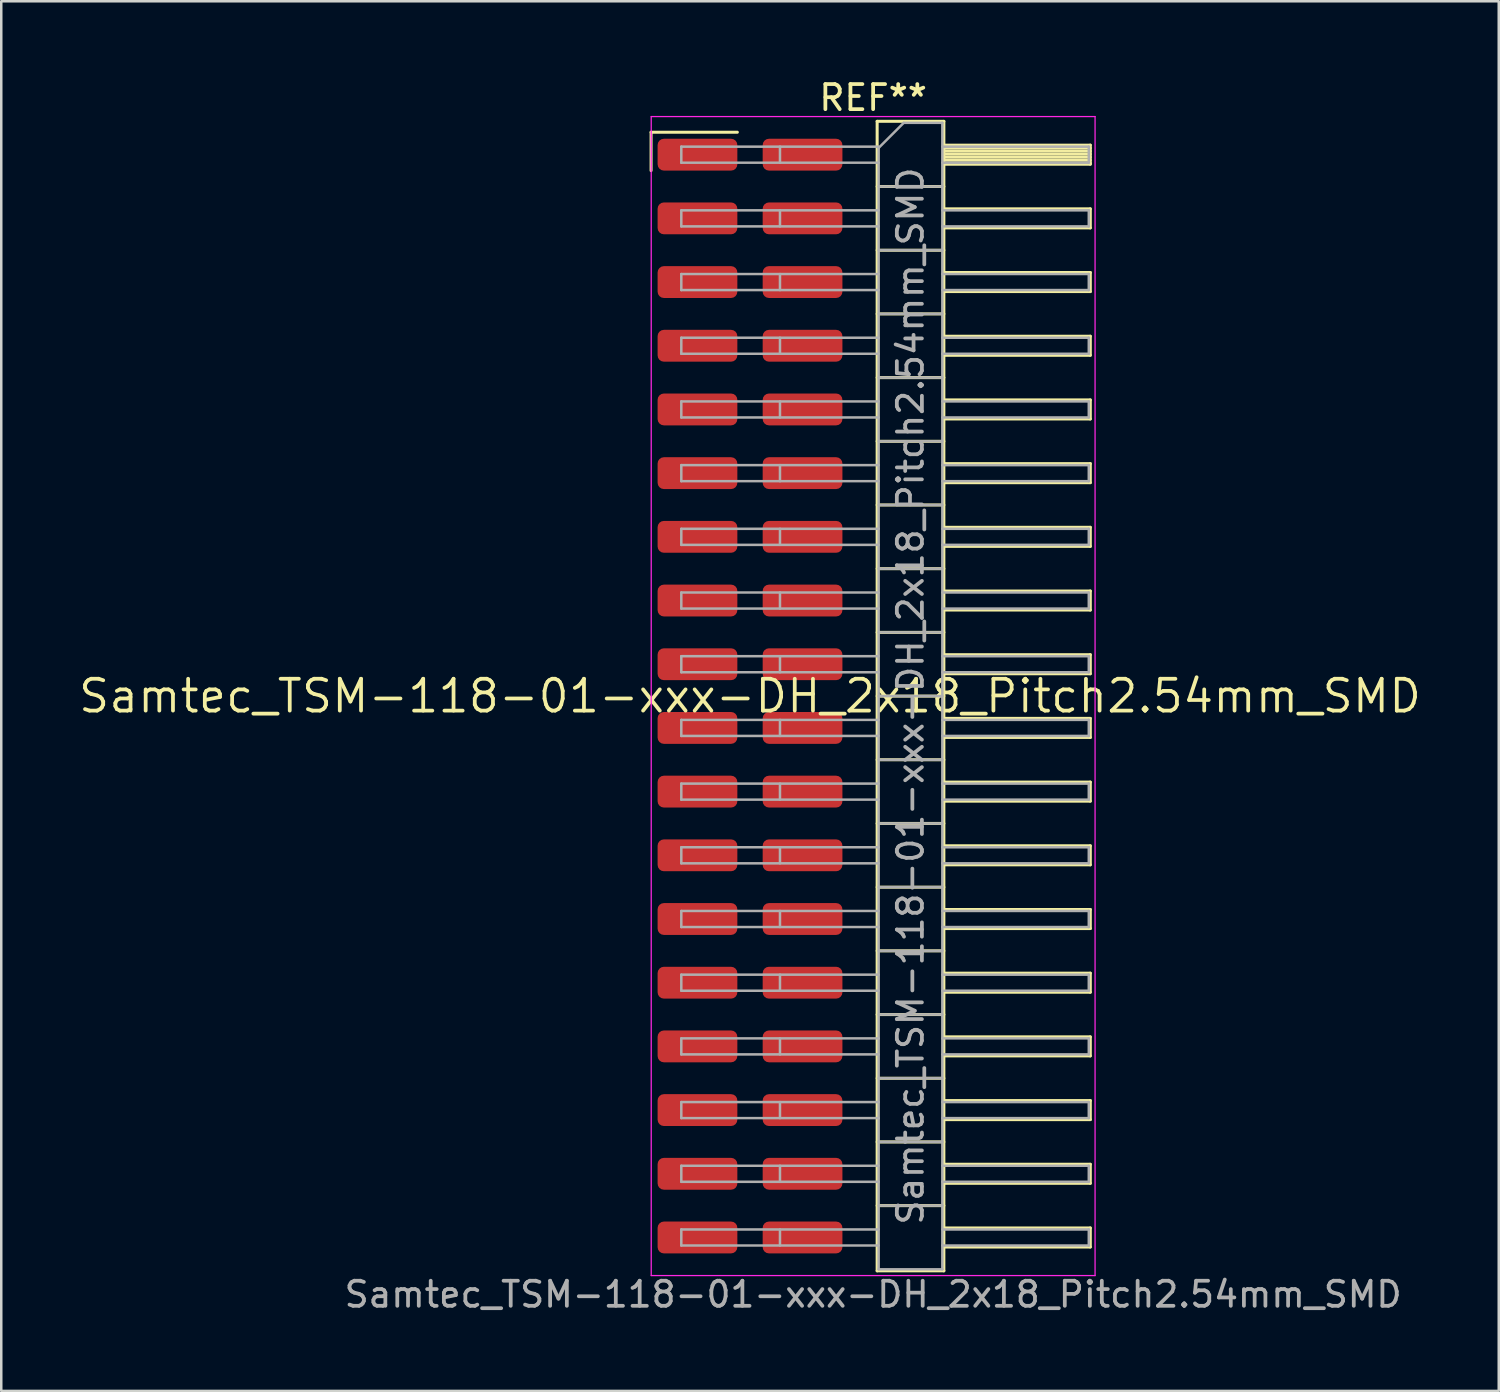
<source format=kicad_pcb>
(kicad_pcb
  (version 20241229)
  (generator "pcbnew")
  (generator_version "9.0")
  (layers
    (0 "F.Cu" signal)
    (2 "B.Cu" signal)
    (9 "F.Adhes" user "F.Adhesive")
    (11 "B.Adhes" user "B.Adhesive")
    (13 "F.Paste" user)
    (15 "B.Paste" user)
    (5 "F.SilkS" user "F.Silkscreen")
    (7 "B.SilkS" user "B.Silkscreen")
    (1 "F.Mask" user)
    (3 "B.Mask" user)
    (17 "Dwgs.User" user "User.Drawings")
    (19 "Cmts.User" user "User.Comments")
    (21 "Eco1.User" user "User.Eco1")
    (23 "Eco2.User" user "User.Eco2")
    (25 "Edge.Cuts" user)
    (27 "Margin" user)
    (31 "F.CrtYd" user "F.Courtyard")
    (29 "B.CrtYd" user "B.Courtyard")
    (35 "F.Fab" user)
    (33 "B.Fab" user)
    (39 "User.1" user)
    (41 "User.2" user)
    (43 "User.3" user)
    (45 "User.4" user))
  (footprint "Samtec_TSM-118-01-xxx-DH_2x18_Pitch2.54mm_SMD"
    (layer "F.Cu")
    (at 26.859 24.708)
    (property "Reference" "Samtec_TSM-118-01-xxx-DH_2x18_Pitch2.54mm_SMD" (at 0 0 0) (layer "F.SilkS") (effects (font (size 1.27 1.27) (thickness 0.15))))
    (attr smd)
    (fp_line (start -3.945 -22.485) (end -0.505 -22.485) (stroke (width 0.12) (type solid)) (layer "F.SilkS"))
    (fp_line (start -3.945 -20.955) (end -3.945 -22.485) (stroke (width 0.12) (type solid)) (layer "F.SilkS"))
    (fp_line (start 5.07 -22.92) (end 7.73 -22.92) (stroke (width 0.12) (type solid)) (layer "F.SilkS"))
    (fp_line (start 5.07 -20.32) (end 7.73 -20.32) (stroke (width 0.12) (type solid)) (layer "F.SilkS"))
    (fp_line (start 5.07 -17.78) (end 7.73 -17.78) (stroke (width 0.12) (type solid)) (layer "F.SilkS"))
    (fp_line (start 5.07 -15.24) (end 7.73 -15.24) (stroke (width 0.12) (type solid)) (layer "F.SilkS"))
    (fp_line (start 5.07 -12.7) (end 7.73 -12.7) (stroke (width 0.12) (type solid)) (layer "F.SilkS"))
    (fp_line (start 5.07 -10.16) (end 7.73 -10.16) (stroke (width 0.12) (type solid)) (layer "F.SilkS"))
    (fp_line (start 5.07 -7.62) (end 7.73 -7.62) (stroke (width 0.12) (type solid)) (layer "F.SilkS"))
    (fp_line (start 5.07 -5.08) (end 7.73 -5.08) (stroke (width 0.12) (type solid)) (layer "F.SilkS"))
    (fp_line (start 5.07 -2.54) (end 7.73 -2.54) (stroke (width 0.12) (type solid)) (layer "F.SilkS"))
    (fp_line (start 5.07 0) (end 7.73 0) (stroke (width 0.12) (type solid)) (layer "F.SilkS"))
    (fp_line (start 5.07 2.54) (end 7.73 2.54) (stroke (width 0.12) (type solid)) (layer "F.SilkS"))
    (fp_line (start 5.07 5.08) (end 7.73 5.08) (stroke (width 0.12) (type solid)) (layer "F.SilkS"))
    (fp_line (start 5.07 7.62) (end 7.73 7.62) (stroke (width 0.12) (type solid)) (layer "F.SilkS"))
    (fp_line (start 5.07 10.16) (end 7.73 10.16) (stroke (width 0.12) (type solid)) (layer "F.SilkS"))
    (fp_line (start 5.07 12.7) (end 7.73 12.7) (stroke (width 0.12) (type solid)) (layer "F.SilkS"))
    (fp_line (start 5.07 15.24) (end 7.73 15.24) (stroke (width 0.12) (type solid)) (layer "F.SilkS"))
    (fp_line (start 5.07 17.78) (end 7.73 17.78) (stroke (width 0.12) (type solid)) (layer "F.SilkS"))
    (fp_line (start 5.07 20.32) (end 7.73 20.32) (stroke (width 0.12) (type solid)) (layer "F.SilkS"))
    (fp_line (start 5.07 22.92) (end 5.07 -22.92) (stroke (width 0.12) (type solid)) (layer "F.SilkS"))
    (fp_line (start 7.73 -22.92) (end 7.73 22.92) (stroke (width 0.12) (type solid)) (layer "F.SilkS"))
    (fp_line (start 7.73 -21.97) (end 13.57 -21.97) (stroke (width 0.12) (type solid)) (layer "F.SilkS"))
    (fp_line (start 7.73 -21.85) (end 13.57 -21.85) (stroke (width 0.12) (type solid)) (layer "F.SilkS"))
    (fp_line (start 7.73 -21.73) (end 13.57 -21.73) (stroke (width 0.12) (type solid)) (layer "F.SilkS"))
    (fp_line (start 7.73 -21.61) (end 13.57 -21.61) (stroke (width 0.12) (type solid)) (layer "F.SilkS"))
    (fp_line (start 7.73 -21.49) (end 13.57 -21.49) (stroke (width 0.12) (type solid)) (layer "F.SilkS"))
    (fp_line (start 7.73 -21.37) (end 13.57 -21.37) (stroke (width 0.12) (type solid)) (layer "F.SilkS"))
    (fp_line (start 7.73 -21.25) (end 13.57 -21.25) (stroke (width 0.12) (type solid)) (layer "F.SilkS"))
    (fp_line (start 7.73 -21.21) (end 13.57 -21.21) (stroke (width 0.12) (type solid)) (layer "F.SilkS"))
    (fp_line (start 7.73 -19.43) (end 13.57 -19.43) (stroke (width 0.12) (type solid)) (layer "F.SilkS"))
    (fp_line (start 7.73 -18.67) (end 13.57 -18.67) (stroke (width 0.12) (type solid)) (layer "F.SilkS"))
    (fp_line (start 7.73 -16.89) (end 13.57 -16.89) (stroke (width 0.12) (type solid)) (layer "F.SilkS"))
    (fp_line (start 7.73 -16.13) (end 13.57 -16.13) (stroke (width 0.12) (type solid)) (layer "F.SilkS"))
    (fp_line (start 7.73 -14.35) (end 13.57 -14.35) (stroke (width 0.12) (type solid)) (layer "F.SilkS"))
    (fp_line (start 7.73 -13.59) (end 13.57 -13.59) (stroke (width 0.12) (type solid)) (layer "F.SilkS"))
    (fp_line (start 7.73 -11.81) (end 13.57 -11.81) (stroke (width 0.12) (type solid)) (layer "F.SilkS"))
    (fp_line (start 7.73 -11.05) (end 13.57 -11.05) (stroke (width 0.12) (type solid)) (layer "F.SilkS"))
    (fp_line (start 7.73 -9.27) (end 13.57 -9.27) (stroke (width 0.12) (type solid)) (layer "F.SilkS"))
    (fp_line (start 7.73 -8.51) (end 13.57 -8.51) (stroke (width 0.12) (type solid)) (layer "F.SilkS"))
    (fp_line (start 7.73 -6.73) (end 13.57 -6.73) (stroke (width 0.12) (type solid)) (layer "F.SilkS"))
    (fp_line (start 7.73 -5.97) (end 13.57 -5.97) (stroke (width 0.12) (type solid)) (layer "F.SilkS"))
    (fp_line (start 7.73 -4.19) (end 13.57 -4.19) (stroke (width 0.12) (type solid)) (layer "F.SilkS"))
    (fp_line (start 7.73 -3.43) (end 13.57 -3.43) (stroke (width 0.12) (type solid)) (layer "F.SilkS"))
    (fp_line (start 7.73 -1.65) (end 13.57 -1.65) (stroke (width 0.12) (type solid)) (layer "F.SilkS"))
    (fp_line (start 7.73 -0.89) (end 13.57 -0.89) (stroke (width 0.12) (type solid)) (layer "F.SilkS"))
    (fp_line (start 7.73 0.89) (end 13.57 0.89) (stroke (width 0.12) (type solid)) (layer "F.SilkS"))
    (fp_line (start 7.73 1.65) (end 13.57 1.65) (stroke (width 0.12) (type solid)) (layer "F.SilkS"))
    (fp_line (start 7.73 3.43) (end 13.57 3.43) (stroke (width 0.12) (type solid)) (layer "F.SilkS"))
    (fp_line (start 7.73 4.19) (end 13.57 4.19) (stroke (width 0.12) (type solid)) (layer "F.SilkS"))
    (fp_line (start 7.73 5.97) (end 13.57 5.97) (stroke (width 0.12) (type solid)) (layer "F.SilkS"))
    (fp_line (start 7.73 6.73) (end 13.57 6.73) (stroke (width 0.12) (type solid)) (layer "F.SilkS"))
    (fp_line (start 7.73 8.51) (end 13.57 8.51) (stroke (width 0.12) (type solid)) (layer "F.SilkS"))
    (fp_line (start 7.73 9.27) (end 13.57 9.27) (stroke (width 0.12) (type solid)) (layer "F.SilkS"))
    (fp_line (start 7.73 11.05) (end 13.57 11.05) (stroke (width 0.12) (type solid)) (layer "F.SilkS"))
    (fp_line (start 7.73 11.81) (end 13.57 11.81) (stroke (width 0.12) (type solid)) (layer "F.SilkS"))
    (fp_line (start 7.73 13.59) (end 13.57 13.59) (stroke (width 0.12) (type solid)) (layer "F.SilkS"))
    (fp_line (start 7.73 14.35) (end 13.57 14.35) (stroke (width 0.12) (type solid)) (layer "F.SilkS"))
    (fp_line (start 7.73 16.13) (end 13.57 16.13) (stroke (width 0.12) (type solid)) (layer "F.SilkS"))
    (fp_line (start 7.73 16.89) (end 13.57 16.89) (stroke (width 0.12) (type solid)) (layer "F.SilkS"))
    (fp_line (start 7.73 18.67) (end 13.57 18.67) (stroke (width 0.12) (type solid)) (layer "F.SilkS"))
    (fp_line (start 7.73 19.43) (end 13.57 19.43) (stroke (width 0.12) (type solid)) (layer "F.SilkS"))
    (fp_line (start 7.73 21.21) (end 13.57 21.21) (stroke (width 0.12) (type solid)) (layer "F.SilkS"))
    (fp_line (start 7.73 21.97) (end 13.57 21.97) (stroke (width 0.12) (type solid)) (layer "F.SilkS"))
    (fp_line (start 7.73 22.92) (end 5.07 22.92) (stroke (width 0.12) (type solid)) (layer "F.SilkS"))
    (fp_line (start 13.57 -21.97) (end 13.57 -21.21) (stroke (width 0.12) (type solid)) (layer "F.SilkS"))
    (fp_line (start 13.57 -19.43) (end 13.57 -18.67) (stroke (width 0.12) (type solid)) (layer "F.SilkS"))
    (fp_line (start 13.57 -16.89) (end 13.57 -16.13) (stroke (width 0.12) (type solid)) (layer "F.SilkS"))
    (fp_line (start 13.57 -14.35) (end 13.57 -13.59) (stroke (width 0.12) (type solid)) (layer "F.SilkS"))
    (fp_line (start 13.57 -11.81) (end 13.57 -11.05) (stroke (width 0.12) (type solid)) (layer "F.SilkS"))
    (fp_line (start 13.57 -9.27) (end 13.57 -8.51) (stroke (width 0.12) (type solid)) (layer "F.SilkS"))
    (fp_line (start 13.57 -6.73) (end 13.57 -5.97) (stroke (width 0.12) (type solid)) (layer "F.SilkS"))
    (fp_line (start 13.57 -4.19) (end 13.57 -3.43) (stroke (width 0.12) (type solid)) (layer "F.SilkS"))
    (fp_line (start 13.57 -1.65) (end 13.57 -0.89) (stroke (width 0.12) (type solid)) (layer "F.SilkS"))
    (fp_line (start 13.57 0.89) (end 13.57 1.65) (stroke (width 0.12) (type solid)) (layer "F.SilkS"))
    (fp_line (start 13.57 3.43) (end 13.57 4.19) (stroke (width 0.12) (type solid)) (layer "F.SilkS"))
    (fp_line (start 13.57 5.97) (end 13.57 6.73) (stroke (width 0.12) (type solid)) (layer "F.SilkS"))
    (fp_line (start 13.57 8.51) (end 13.57 9.27) (stroke (width 0.12) (type solid)) (layer "F.SilkS"))
    (fp_line (start 13.57 11.05) (end 13.57 11.81) (stroke (width 0.12) (type solid)) (layer "F.SilkS"))
    (fp_line (start 13.57 13.59) (end 13.57 14.35) (stroke (width 0.12) (type solid)) (layer "F.SilkS"))
    (fp_line (start 13.57 16.13) (end 13.57 16.89) (stroke (width 0.12) (type solid)) (layer "F.SilkS"))
    (fp_line (start 13.57 18.67) (end 13.57 19.43) (stroke (width 0.12) (type solid)) (layer "F.SilkS"))
    (fp_line (start 13.57 21.21) (end 13.57 21.97) (stroke (width 0.12) (type solid)) (layer "F.SilkS"))
    (fp_line (start -3.94 -23.11) (end 13.76 -23.11) (stroke (width 0.05) (type solid)) (layer "F.CrtYd"))
    (fp_line (start -3.94 23.11) (end -3.94 -23.11) (stroke (width 0.05) (type solid)) (layer "F.CrtYd"))
    (fp_line (start 13.76 -23.11) (end 13.76 23.11) (stroke (width 0.05) (type solid)) (layer "F.CrtYd"))
    (fp_line (start 13.76 23.11) (end -3.94 23.11) (stroke (width 0.05) (type solid)) (layer "F.CrtYd"))
    (fp_line (start -2.74 -21.91) (end -2.74 -21.27) (stroke (width 0.1) (type solid)) (layer "F.Fab"))
    (fp_line (start -2.74 -21.91) (end 5.13 -21.91) (stroke (width 0.1) (type solid)) (layer "F.Fab"))
    (fp_line (start -2.74 -21.27) (end 5.13 -21.27) (stroke (width 0.1) (type solid)) (layer "F.Fab"))
    (fp_line (start -2.74 -19.37) (end -2.74 -18.73) (stroke (width 0.1) (type solid)) (layer "F.Fab"))
    (fp_line (start -2.74 -19.37) (end 5.13 -19.37) (stroke (width 0.1) (type solid)) (layer "F.Fab"))
    (fp_line (start -2.74 -18.73) (end 5.13 -18.73) (stroke (width 0.1) (type solid)) (layer "F.Fab"))
    (fp_line (start -2.74 -16.83) (end -2.74 -16.19) (stroke (width 0.1) (type solid)) (layer "F.Fab"))
    (fp_line (start -2.74 -16.83) (end 5.13 -16.83) (stroke (width 0.1) (type solid)) (layer "F.Fab"))
    (fp_line (start -2.74 -16.19) (end 5.13 -16.19) (stroke (width 0.1) (type solid)) (layer "F.Fab"))
    (fp_line (start -2.74 -14.29) (end -2.74 -13.65) (stroke (width 0.1) (type solid)) (layer "F.Fab"))
    (fp_line (start -2.74 -14.29) (end 5.13 -14.29) (stroke (width 0.1) (type solid)) (layer "F.Fab"))
    (fp_line (start -2.74 -13.65) (end 5.13 -13.65) (stroke (width 0.1) (type solid)) (layer "F.Fab"))
    (fp_line (start -2.74 -11.75) (end -2.74 -11.11) (stroke (width 0.1) (type solid)) (layer "F.Fab"))
    (fp_line (start -2.74 -11.75) (end 5.13 -11.75) (stroke (width 0.1) (type solid)) (layer "F.Fab"))
    (fp_line (start -2.74 -11.11) (end 5.13 -11.11) (stroke (width 0.1) (type solid)) (layer "F.Fab"))
    (fp_line (start -2.74 -9.21) (end -2.74 -8.57) (stroke (width 0.1) (type solid)) (layer "F.Fab"))
    (fp_line (start -2.74 -9.21) (end 5.13 -9.21) (stroke (width 0.1) (type solid)) (layer "F.Fab"))
    (fp_line (start -2.74 -8.57) (end 5.13 -8.57) (stroke (width 0.1) (type solid)) (layer "F.Fab"))
    (fp_line (start -2.74 -6.67) (end -2.74 -6.03) (stroke (width 0.1) (type solid)) (layer "F.Fab"))
    (fp_line (start -2.74 -6.67) (end 5.13 -6.67) (stroke (width 0.1) (type solid)) (layer "F.Fab"))
    (fp_line (start -2.74 -6.03) (end 5.13 -6.03) (stroke (width 0.1) (type solid)) (layer "F.Fab"))
    (fp_line (start -2.74 -4.13) (end -2.74 -3.49) (stroke (width 0.1) (type solid)) (layer "F.Fab"))
    (fp_line (start -2.74 -4.13) (end 5.13 -4.13) (stroke (width 0.1) (type solid)) (layer "F.Fab"))
    (fp_line (start -2.74 -3.49) (end 5.13 -3.49) (stroke (width 0.1) (type solid)) (layer "F.Fab"))
    (fp_line (start -2.74 -1.59) (end -2.74 -0.95) (stroke (width 0.1) (type solid)) (layer "F.Fab"))
    (fp_line (start -2.74 -1.59) (end 5.13 -1.59) (stroke (width 0.1) (type solid)) (layer "F.Fab"))
    (fp_line (start -2.74 -0.95) (end 5.13 -0.95) (stroke (width 0.1) (type solid)) (layer "F.Fab"))
    (fp_line (start -2.74 0.95) (end -2.74 1.59) (stroke (width 0.1) (type solid)) (layer "F.Fab"))
    (fp_line (start -2.74 0.95) (end 5.13 0.95) (stroke (width 0.1) (type solid)) (layer "F.Fab"))
    (fp_line (start -2.74 1.59) (end 5.13 1.59) (stroke (width 0.1) (type solid)) (layer "F.Fab"))
    (fp_line (start -2.74 3.49) (end -2.74 4.13) (stroke (width 0.1) (type solid)) (layer "F.Fab"))
    (fp_line (start -2.74 3.49) (end 5.13 3.49) (stroke (width 0.1) (type solid)) (layer "F.Fab"))
    (fp_line (start -2.74 4.13) (end 5.13 4.13) (stroke (width 0.1) (type solid)) (layer "F.Fab"))
    (fp_line (start -2.74 6.03) (end -2.74 6.67) (stroke (width 0.1) (type solid)) (layer "F.Fab"))
    (fp_line (start -2.74 6.03) (end 5.13 6.03) (stroke (width 0.1) (type solid)) (layer "F.Fab"))
    (fp_line (start -2.74 6.67) (end 5.13 6.67) (stroke (width 0.1) (type solid)) (layer "F.Fab"))
    (fp_line (start -2.74 8.57) (end -2.74 9.21) (stroke (width 0.1) (type solid)) (layer "F.Fab"))
    (fp_line (start -2.74 8.57) (end 5.13 8.57) (stroke (width 0.1) (type solid)) (layer "F.Fab"))
    (fp_line (start -2.74 9.21) (end 5.13 9.21) (stroke (width 0.1) (type solid)) (layer "F.Fab"))
    (fp_line (start -2.74 11.11) (end -2.74 11.75) (stroke (width 0.1) (type solid)) (layer "F.Fab"))
    (fp_line (start -2.74 11.11) (end 5.13 11.11) (stroke (width 0.1) (type solid)) (layer "F.Fab"))
    (fp_line (start -2.74 11.75) (end 5.13 11.75) (stroke (width 0.1) (type solid)) (layer "F.Fab"))
    (fp_line (start -2.74 13.65) (end -2.74 14.29) (stroke (width 0.1) (type solid)) (layer "F.Fab"))
    (fp_line (start -2.74 13.65) (end 5.13 13.65) (stroke (width 0.1) (type solid)) (layer "F.Fab"))
    (fp_line (start -2.74 14.29) (end 5.13 14.29) (stroke (width 0.1) (type solid)) (layer "F.Fab"))
    (fp_line (start -2.74 16.19) (end -2.74 16.83) (stroke (width 0.1) (type solid)) (layer "F.Fab"))
    (fp_line (start -2.74 16.19) (end 5.13 16.19) (stroke (width 0.1) (type solid)) (layer "F.Fab"))
    (fp_line (start -2.74 16.83) (end 5.13 16.83) (stroke (width 0.1) (type solid)) (layer "F.Fab"))
    (fp_line (start -2.74 18.73) (end -2.74 19.37) (stroke (width 0.1) (type solid)) (layer "F.Fab"))
    (fp_line (start -2.74 18.73) (end 5.13 18.73) (stroke (width 0.1) (type solid)) (layer "F.Fab"))
    (fp_line (start -2.74 19.37) (end 5.13 19.37) (stroke (width 0.1) (type solid)) (layer "F.Fab"))
    (fp_line (start -2.74 21.27) (end -2.74 21.91) (stroke (width 0.1) (type solid)) (layer "F.Fab"))
    (fp_line (start -2.74 21.27) (end 5.13 21.27) (stroke (width 0.1) (type solid)) (layer "F.Fab"))
    (fp_line (start -2.74 21.91) (end 5.13 21.91) (stroke (width 0.1) (type solid)) (layer "F.Fab"))
    (fp_line (start 1.195 -21.91) (end 1.195 -21.27) (stroke (width 0.1) (type solid)) (layer "F.Fab"))
    (fp_line (start 1.195 -19.37) (end 1.195 -18.73) (stroke (width 0.1) (type solid)) (layer "F.Fab"))
    (fp_line (start 1.195 -16.83) (end 1.195 -16.19) (stroke (width 0.1) (type solid)) (layer "F.Fab"))
    (fp_line (start 1.195 -14.29) (end 1.195 -13.65) (stroke (width 0.1) (type solid)) (layer "F.Fab"))
    (fp_line (start 1.195 -11.75) (end 1.195 -11.11) (stroke (width 0.1) (type solid)) (layer "F.Fab"))
    (fp_line (start 1.195 -9.21) (end 1.195 -8.57) (stroke (width 0.1) (type solid)) (layer "F.Fab"))
    (fp_line (start 1.195 -6.67) (end 1.195 -6.03) (stroke (width 0.1) (type solid)) (layer "F.Fab"))
    (fp_line (start 1.195 -4.13) (end 1.195 -3.49) (stroke (width 0.1) (type solid)) (layer "F.Fab"))
    (fp_line (start 1.195 -1.59) (end 1.195 -0.95) (stroke (width 0.1) (type solid)) (layer "F.Fab"))
    (fp_line (start 1.195 0.95) (end 1.195 1.59) (stroke (width 0.1) (type solid)) (layer "F.Fab"))
    (fp_line (start 1.195 3.49) (end 1.195 4.13) (stroke (width 0.1) (type solid)) (layer "F.Fab"))
    (fp_line (start 1.195 6.03) (end 1.195 6.67) (stroke (width 0.1) (type solid)) (layer "F.Fab"))
    (fp_line (start 1.195 8.57) (end 1.195 9.21) (stroke (width 0.1) (type solid)) (layer "F.Fab"))
    (fp_line (start 1.195 11.11) (end 1.195 11.75) (stroke (width 0.1) (type solid)) (layer "F.Fab"))
    (fp_line (start 1.195 13.65) (end 1.195 14.29) (stroke (width 0.1) (type solid)) (layer "F.Fab"))
    (fp_line (start 1.195 16.19) (end 1.195 16.83) (stroke (width 0.1) (type solid)) (layer "F.Fab"))
    (fp_line (start 1.195 18.73) (end 1.195 19.37) (stroke (width 0.1) (type solid)) (layer "F.Fab"))
    (fp_line (start 1.195 21.27) (end 1.195 21.91) (stroke (width 0.1) (type solid)) (layer "F.Fab"))
    (fp_line (start 5.13 -21.86) (end 6.13 -22.86) (stroke (width 0.1) (type solid)) (layer "F.Fab"))
    (fp_line (start 5.13 -20.32) (end 7.67 -20.32) (stroke (width 0.1) (type solid)) (layer "F.Fab"))
    (fp_line (start 5.13 -17.78) (end 7.67 -17.78) (stroke (width 0.1) (type solid)) (layer "F.Fab"))
    (fp_line (start 5.13 -15.24) (end 7.67 -15.24) (stroke (width 0.1) (type solid)) (layer "F.Fab"))
    (fp_line (start 5.13 -12.7) (end 7.67 -12.7) (stroke (width 0.1) (type solid)) (layer "F.Fab"))
    (fp_line (start 5.13 -10.16) (end 7.67 -10.16) (stroke (width 0.1) (type solid)) (layer "F.Fab"))
    (fp_line (start 5.13 -7.62) (end 7.67 -7.62) (stroke (width 0.1) (type solid)) (layer "F.Fab"))
    (fp_line (start 5.13 -5.08) (end 7.67 -5.08) (stroke (width 0.1) (type solid)) (layer "F.Fab"))
    (fp_line (start 5.13 -2.54) (end 7.67 -2.54) (stroke (width 0.1) (type solid)) (layer "F.Fab"))
    (fp_line (start 5.13 0) (end 7.67 0) (stroke (width 0.1) (type solid)) (layer "F.Fab"))
    (fp_line (start 5.13 2.54) (end 7.67 2.54) (stroke (width 0.1) (type solid)) (layer "F.Fab"))
    (fp_line (start 5.13 5.08) (end 7.67 5.08) (stroke (width 0.1) (type solid)) (layer "F.Fab"))
    (fp_line (start 5.13 7.62) (end 7.67 7.62) (stroke (width 0.1) (type solid)) (layer "F.Fab"))
    (fp_line (start 5.13 10.16) (end 7.67 10.16) (stroke (width 0.1) (type solid)) (layer "F.Fab"))
    (fp_line (start 5.13 12.7) (end 7.67 12.7) (stroke (width 0.1) (type solid)) (layer "F.Fab"))
    (fp_line (start 5.13 15.24) (end 7.67 15.24) (stroke (width 0.1) (type solid)) (layer "F.Fab"))
    (fp_line (start 5.13 17.78) (end 7.67 17.78) (stroke (width 0.1) (type solid)) (layer "F.Fab"))
    (fp_line (start 5.13 20.32) (end 7.67 20.32) (stroke (width 0.1) (type solid)) (layer "F.Fab"))
    (fp_line (start 5.13 22.86) (end 5.13 -21.86) (stroke (width 0.1) (type solid)) (layer "F.Fab"))
    (fp_line (start 6.13 -22.86) (end 7.67 -22.86) (stroke (width 0.1) (type solid)) (layer "F.Fab"))
    (fp_line (start 7.67 -22.86) (end 7.67 22.86) (stroke (width 0.1) (type solid)) (layer "F.Fab"))
    (fp_line (start 7.67 -21.91) (end 13.51 -21.91) (stroke (width 0.1) (type solid)) (layer "F.Fab"))
    (fp_line (start 7.67 -21.27) (end 13.51 -21.27) (stroke (width 0.1) (type solid)) (layer "F.Fab"))
    (fp_line (start 7.67 -19.37) (end 13.51 -19.37) (stroke (width 0.1) (type solid)) (layer "F.Fab"))
    (fp_line (start 7.67 -18.73) (end 13.51 -18.73) (stroke (width 0.1) (type solid)) (layer "F.Fab"))
    (fp_line (start 7.67 -16.83) (end 13.51 -16.83) (stroke (width 0.1) (type solid)) (layer "F.Fab"))
    (fp_line (start 7.67 -16.19) (end 13.51 -16.19) (stroke (width 0.1) (type solid)) (layer "F.Fab"))
    (fp_line (start 7.67 -14.29) (end 13.51 -14.29) (stroke (width 0.1) (type solid)) (layer "F.Fab"))
    (fp_line (start 7.67 -13.65) (end 13.51 -13.65) (stroke (width 0.1) (type solid)) (layer "F.Fab"))
    (fp_line (start 7.67 -11.75) (end 13.51 -11.75) (stroke (width 0.1) (type solid)) (layer "F.Fab"))
    (fp_line (start 7.67 -11.11) (end 13.51 -11.11) (stroke (width 0.1) (type solid)) (layer "F.Fab"))
    (fp_line (start 7.67 -9.21) (end 13.51 -9.21) (stroke (width 0.1) (type solid)) (layer "F.Fab"))
    (fp_line (start 7.67 -8.57) (end 13.51 -8.57) (stroke (width 0.1) (type solid)) (layer "F.Fab"))
    (fp_line (start 7.67 -6.67) (end 13.51 -6.67) (stroke (width 0.1) (type solid)) (layer "F.Fab"))
    (fp_line (start 7.67 -6.03) (end 13.51 -6.03) (stroke (width 0.1) (type solid)) (layer "F.Fab"))
    (fp_line (start 7.67 -4.13) (end 13.51 -4.13) (stroke (width 0.1) (type solid)) (layer "F.Fab"))
    (fp_line (start 7.67 -3.49) (end 13.51 -3.49) (stroke (width 0.1) (type solid)) (layer "F.Fab"))
    (fp_line (start 7.67 -1.59) (end 13.51 -1.59) (stroke (width 0.1) (type solid)) (layer "F.Fab"))
    (fp_line (start 7.67 -0.95) (end 13.51 -0.95) (stroke (width 0.1) (type solid)) (layer "F.Fab"))
    (fp_line (start 7.67 0.95) (end 13.51 0.95) (stroke (width 0.1) (type solid)) (layer "F.Fab"))
    (fp_line (start 7.67 1.59) (end 13.51 1.59) (stroke (width 0.1) (type solid)) (layer "F.Fab"))
    (fp_line (start 7.67 3.49) (end 13.51 3.49) (stroke (width 0.1) (type solid)) (layer "F.Fab"))
    (fp_line (start 7.67 4.13) (end 13.51 4.13) (stroke (width 0.1) (type solid)) (layer "F.Fab"))
    (fp_line (start 7.67 6.03) (end 13.51 6.03) (stroke (width 0.1) (type solid)) (layer "F.Fab"))
    (fp_line (start 7.67 6.67) (end 13.51 6.67) (stroke (width 0.1) (type solid)) (layer "F.Fab"))
    (fp_line (start 7.67 8.57) (end 13.51 8.57) (stroke (width 0.1) (type solid)) (layer "F.Fab"))
    (fp_line (start 7.67 9.21) (end 13.51 9.21) (stroke (width 0.1) (type solid)) (layer "F.Fab"))
    (fp_line (start 7.67 11.11) (end 13.51 11.11) (stroke (width 0.1) (type solid)) (layer "F.Fab"))
    (fp_line (start 7.67 11.75) (end 13.51 11.75) (stroke (width 0.1) (type solid)) (layer "F.Fab"))
    (fp_line (start 7.67 13.65) (end 13.51 13.65) (stroke (width 0.1) (type solid)) (layer "F.Fab"))
    (fp_line (start 7.67 14.29) (end 13.51 14.29) (stroke (width 0.1) (type solid)) (layer "F.Fab"))
    (fp_line (start 7.67 16.19) (end 13.51 16.19) (stroke (width 0.1) (type solid)) (layer "F.Fab"))
    (fp_line (start 7.67 16.83) (end 13.51 16.83) (stroke (width 0.1) (type solid)) (layer "F.Fab"))
    (fp_line (start 7.67 18.73) (end 13.51 18.73) (stroke (width 0.1) (type solid)) (layer "F.Fab"))
    (fp_line (start 7.67 19.37) (end 13.51 19.37) (stroke (width 0.1) (type solid)) (layer "F.Fab"))
    (fp_line (start 7.67 21.27) (end 13.51 21.27) (stroke (width 0.1) (type solid)) (layer "F.Fab"))
    (fp_line (start 7.67 21.91) (end 13.51 21.91) (stroke (width 0.1) (type solid)) (layer "F.Fab"))
    (fp_line (start 7.67 22.86) (end 5.13 22.86) (stroke (width 0.1) (type solid)) (layer "F.Fab"))
    (fp_line (start 13.51 -21.91) (end 13.51 -21.27) (stroke (width 0.1) (type solid)) (layer "F.Fab"))
    (fp_line (start 13.51 -19.37) (end 13.51 -18.73) (stroke (width 0.1) (type solid)) (layer "F.Fab"))
    (fp_line (start 13.51 -16.83) (end 13.51 -16.19) (stroke (width 0.1) (type solid)) (layer "F.Fab"))
    (fp_line (start 13.51 -14.29) (end 13.51 -13.65) (stroke (width 0.1) (type solid)) (layer "F.Fab"))
    (fp_line (start 13.51 -11.75) (end 13.51 -11.11) (stroke (width 0.1) (type solid)) (layer "F.Fab"))
    (fp_line (start 13.51 -9.21) (end 13.51 -8.57) (stroke (width 0.1) (type solid)) (layer "F.Fab"))
    (fp_line (start 13.51 -6.67) (end 13.51 -6.03) (stroke (width 0.1) (type solid)) (layer "F.Fab"))
    (fp_line (start 13.51 -4.13) (end 13.51 -3.49) (stroke (width 0.1) (type solid)) (layer "F.Fab"))
    (fp_line (start 13.51 -1.59) (end 13.51 -0.95) (stroke (width 0.1) (type solid)) (layer "F.Fab"))
    (fp_line (start 13.51 0.95) (end 13.51 1.59) (stroke (width 0.1) (type solid)) (layer "F.Fab"))
    (fp_line (start 13.51 3.49) (end 13.51 4.13) (stroke (width 0.1) (type solid)) (layer "F.Fab"))
    (fp_line (start 13.51 6.03) (end 13.51 6.67) (stroke (width 0.1) (type solid)) (layer "F.Fab"))
    (fp_line (start 13.51 8.57) (end 13.51 9.21) (stroke (width 0.1) (type solid)) (layer "F.Fab"))
    (fp_line (start 13.51 11.11) (end 13.51 11.75) (stroke (width 0.1) (type solid)) (layer "F.Fab"))
    (fp_line (start 13.51 13.65) (end 13.51 14.29) (stroke (width 0.1) (type solid)) (layer "F.Fab"))
    (fp_line (start 13.51 16.19) (end 13.51 16.83) (stroke (width 0.1) (type solid)) (layer "F.Fab"))
    (fp_line (start 13.51 18.73) (end 13.51 19.37) (stroke (width 0.1) (type solid)) (layer "F.Fab"))
    (fp_line (start 13.51 21.27) (end 13.51 21.91) (stroke (width 0.1) (type solid)) (layer "F.Fab"))
    (fp_text user "REF**" (at 4.91 -23.86 0) (layer "F.SilkS") (effects (font (size 1 1) (thickness 0.15))))
    (fp_text user "Samtec_TSM-118-01-xxx-DH_2x18_Pitch2.54mm_SMD" (at 4.91 23.86 0) (layer "F.Fab") (effects (font (size 1 1) (thickness 0.15))))
    (fp_text user "${REFERENCE}" (at 6.4 0 90) (layer "F.Fab") (effects (font (size 1 1) (thickness 0.15))))
    (pad "1" smd roundrect (at -2.095 -21.59) (size 3.18 1.27) (layers "F.Cu" "F.Mask" "F.Paste") (roundrect_rratio 0.197))
    (pad "2" smd roundrect (at 2.095 -21.59) (size 3.18 1.27) (layers "F.Cu" "F.Mask" "F.Paste") (roundrect_rratio 0.197))
    (pad "3" smd roundrect (at -2.095 -19.05) (size 3.18 1.27) (layers "F.Cu" "F.Mask" "F.Paste") (roundrect_rratio 0.197))
    (pad "4" smd roundrect (at 2.095 -19.05) (size 3.18 1.27) (layers "F.Cu" "F.Mask" "F.Paste") (roundrect_rratio 0.197))
    (pad "5" smd roundrect (at -2.095 -16.51) (size 3.18 1.27) (layers "F.Cu" "F.Mask" "F.Paste") (roundrect_rratio 0.197))
    (pad "6" smd roundrect (at 2.095 -16.51) (size 3.18 1.27) (layers "F.Cu" "F.Mask" "F.Paste") (roundrect_rratio 0.197))
    (pad "7" smd roundrect (at -2.095 -13.97) (size 3.18 1.27) (layers "F.Cu" "F.Mask" "F.Paste") (roundrect_rratio 0.197))
    (pad "8" smd roundrect (at 2.095 -13.97) (size 3.18 1.27) (layers "F.Cu" "F.Mask" "F.Paste") (roundrect_rratio 0.197))
    (pad "9" smd roundrect (at -2.095 -11.43) (size 3.18 1.27) (layers "F.Cu" "F.Mask" "F.Paste") (roundrect_rratio 0.197))
    (pad "10" smd roundrect (at 2.095 -11.43) (size 3.18 1.27) (layers "F.Cu" "F.Mask" "F.Paste") (roundrect_rratio 0.197))
    (pad "11" smd roundrect (at -2.095 -8.89) (size 3.18 1.27) (layers "F.Cu" "F.Mask" "F.Paste") (roundrect_rratio 0.197))
    (pad "12" smd roundrect (at 2.095 -8.89) (size 3.18 1.27) (layers "F.Cu" "F.Mask" "F.Paste") (roundrect_rratio 0.197))
    (pad "13" smd roundrect (at -2.095 -6.35) (size 3.18 1.27) (layers "F.Cu" "F.Mask" "F.Paste") (roundrect_rratio 0.197))
    (pad "14" smd roundrect (at 2.095 -6.35) (size 3.18 1.27) (layers "F.Cu" "F.Mask" "F.Paste") (roundrect_rratio 0.197))
    (pad "15" smd roundrect (at -2.095 -3.81) (size 3.18 1.27) (layers "F.Cu" "F.Mask" "F.Paste") (roundrect_rratio 0.197))
    (pad "16" smd roundrect (at 2.095 -3.81) (size 3.18 1.27) (layers "F.Cu" "F.Mask" "F.Paste") (roundrect_rratio 0.197))
    (pad "17" smd roundrect (at -2.095 -1.27) (size 3.18 1.27) (layers "F.Cu" "F.Mask" "F.Paste") (roundrect_rratio 0.197))
    (pad "18" smd roundrect (at 2.095 -1.27) (size 3.18 1.27) (layers "F.Cu" "F.Mask" "F.Paste") (roundrect_rratio 0.197))
    (pad "19" smd roundrect (at -2.095 1.27) (size 3.18 1.27) (layers "F.Cu" "F.Mask" "F.Paste") (roundrect_rratio 0.197))
    (pad "20" smd roundrect (at 2.095 1.27) (size 3.18 1.27) (layers "F.Cu" "F.Mask" "F.Paste") (roundrect_rratio 0.197))
    (pad "21" smd roundrect (at -2.095 3.81) (size 3.18 1.27) (layers "F.Cu" "F.Mask" "F.Paste") (roundrect_rratio 0.197))
    (pad "22" smd roundrect (at 2.095 3.81) (size 3.18 1.27) (layers "F.Cu" "F.Mask" "F.Paste") (roundrect_rratio 0.197))
    (pad "23" smd roundrect (at -2.095 6.35) (size 3.18 1.27) (layers "F.Cu" "F.Mask" "F.Paste") (roundrect_rratio 0.197))
    (pad "24" smd roundrect (at 2.095 6.35) (size 3.18 1.27) (layers "F.Cu" "F.Mask" "F.Paste") (roundrect_rratio 0.197))
    (pad "25" smd roundrect (at -2.095 8.89) (size 3.18 1.27) (layers "F.Cu" "F.Mask" "F.Paste") (roundrect_rratio 0.197))
    (pad "26" smd roundrect (at 2.095 8.89) (size 3.18 1.27) (layers "F.Cu" "F.Mask" "F.Paste") (roundrect_rratio 0.197))
    (pad "27" smd roundrect (at -2.095 11.43) (size 3.18 1.27) (layers "F.Cu" "F.Mask" "F.Paste") (roundrect_rratio 0.197))
    (pad "28" smd roundrect (at 2.095 11.43) (size 3.18 1.27) (layers "F.Cu" "F.Mask" "F.Paste") (roundrect_rratio 0.197))
    (pad "29" smd roundrect (at -2.095 13.97) (size 3.18 1.27) (layers "F.Cu" "F.Mask" "F.Paste") (roundrect_rratio 0.197))
    (pad "30" smd roundrect (at 2.095 13.97) (size 3.18 1.27) (layers "F.Cu" "F.Mask" "F.Paste") (roundrect_rratio 0.197))
    (pad "31" smd roundrect (at -2.095 16.51) (size 3.18 1.27) (layers "F.Cu" "F.Mask" "F.Paste") (roundrect_rratio 0.197))
    (pad "32" smd roundrect (at 2.095 16.51) (size 3.18 1.27) (layers "F.Cu" "F.Mask" "F.Paste") (roundrect_rratio 0.197))
    (pad "33" smd roundrect (at -2.095 19.05) (size 3.18 1.27) (layers "F.Cu" "F.Mask" "F.Paste") (roundrect_rratio 0.197))
    (pad "34" smd roundrect (at 2.095 19.05) (size 3.18 1.27) (layers "F.Cu" "F.Mask" "F.Paste") (roundrect_rratio 0.197))
    (pad "35" smd roundrect (at -2.095 21.59) (size 3.18 1.27) (layers "F.Cu" "F.Mask" "F.Paste") (roundrect_rratio 0.197))
    (pad "36" smd roundrect (at 2.095 21.59) (size 3.18 1.27) (layers "F.Cu" "F.Mask" "F.Paste") (roundrect_rratio 0.197)))
  (gr_rect
    (start -3 -3)
    (end 56.717 52.416)
    (stroke (width 0.1) (type default))
    (fill no)
    (layer "Edge.Cuts")))
</source>
